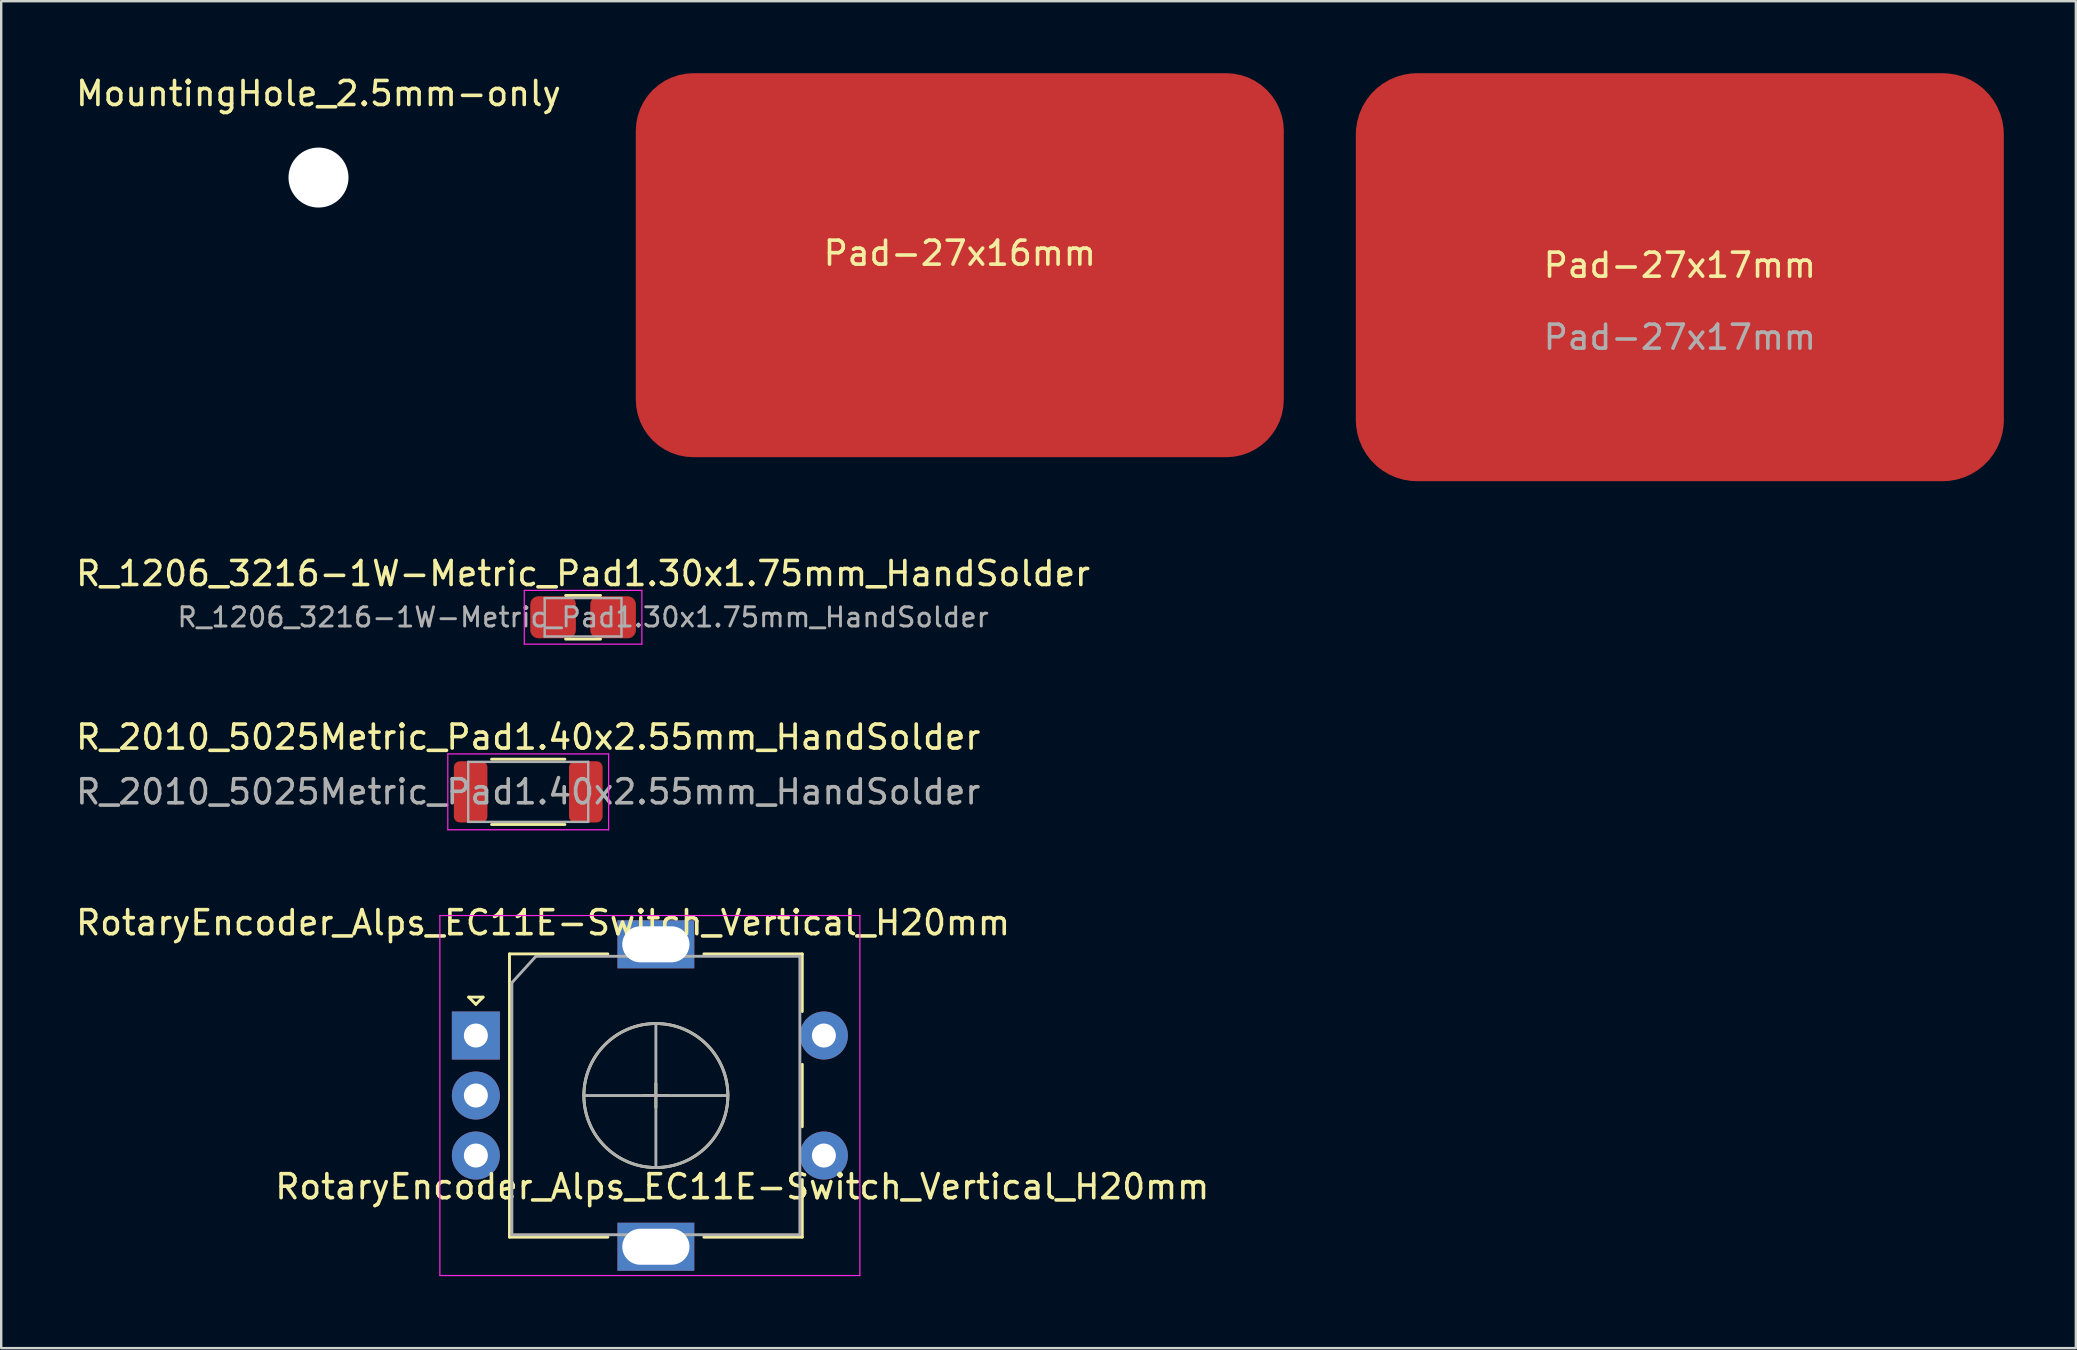
<source format=kicad_pcb>
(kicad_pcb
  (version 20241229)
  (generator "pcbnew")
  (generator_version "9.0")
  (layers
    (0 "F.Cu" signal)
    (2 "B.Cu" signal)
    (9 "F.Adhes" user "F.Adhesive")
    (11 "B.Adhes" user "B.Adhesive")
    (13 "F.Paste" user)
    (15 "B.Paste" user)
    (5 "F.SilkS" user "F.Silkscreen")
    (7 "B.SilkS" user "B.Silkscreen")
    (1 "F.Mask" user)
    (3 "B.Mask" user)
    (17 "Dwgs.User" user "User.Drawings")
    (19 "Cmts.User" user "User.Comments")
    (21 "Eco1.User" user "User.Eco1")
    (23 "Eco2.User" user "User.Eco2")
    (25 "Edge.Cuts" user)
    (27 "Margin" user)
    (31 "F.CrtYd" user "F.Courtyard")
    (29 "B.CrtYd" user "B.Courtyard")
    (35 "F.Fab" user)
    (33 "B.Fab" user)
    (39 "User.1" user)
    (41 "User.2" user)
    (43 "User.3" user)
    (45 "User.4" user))
  (footprint "R_1206_3216-1W-Metric_Pad1.30x1.75mm_HandSolder"
    (layer "F.Cu")
    (at 21.244 22.668)
    (property "Reference" "R_1206_3216-1W-Metric_Pad1.30x1.75mm_HandSolder" (at 0 -1.82 0) (layer "F.SilkS") (effects (font (size 1 1) (thickness 0.15))))
    (attr smd)
    (fp_line (start -0.727 -0.91) (end 0.727 -0.91) (stroke (width 0.12) (type solid)) (layer "F.SilkS"))
    (fp_line (start -0.727 0.91) (end 0.727 0.91) (stroke (width 0.12) (type solid)) (layer "F.SilkS"))
    (fp_line (start -2.45 -1.12) (end 2.45 -1.12) (stroke (width 0.05) (type solid)) (layer "F.CrtYd"))
    (fp_line (start -2.45 1.12) (end -2.45 -1.12) (stroke (width 0.05) (type solid)) (layer "F.CrtYd"))
    (fp_line (start 2.45 -1.12) (end 2.45 1.12) (stroke (width 0.05) (type solid)) (layer "F.CrtYd"))
    (fp_line (start 2.45 1.12) (end -2.45 1.12) (stroke (width 0.05) (type solid)) (layer "F.CrtYd"))
    (fp_line (start -1.6 -0.8) (end 1.6 -0.8) (stroke (width 0.1) (type solid)) (layer "F.Fab"))
    (fp_line (start -1.6 0.8) (end -1.6 -0.8) (stroke (width 0.1) (type solid)) (layer "F.Fab"))
    (fp_line (start 1.6 -0.8) (end 1.6 0.8) (stroke (width 0.1) (type solid)) (layer "F.Fab"))
    (fp_line (start 1.6 0.8) (end -1.6 0.8) (stroke (width 0.1) (type solid)) (layer "F.Fab"))
    (fp_text user "${REFERENCE}" (at 0 0 0) (layer "F.Fab") (effects (font (size 0.8 0.8) (thickness 0.12))))
    (pad "1" smd roundrect (at -1.25 0) (size 1.9 1.75) (layers "F.Cu" "F.Mask" "F.Paste") (roundrect_rratio 0.192))
    (pad "2" smd roundrect (at 1.25 0) (size 1.9 1.75) (layers "F.Cu" "F.Mask" "F.Paste") (roundrect_rratio 0.192)))
  (footprint "RotaryEncoder_Alps_EC11E-Switch_Vertical_H20mm"
    (layer "F.Cu")
    (at 16.777 40.095)
    (property "Reference" "RotaryEncoder_Alps_EC11E-Switch_Vertical_H20mm" (at 2.8 -4.7 0) (layer "F.SilkS") (effects (font (size 1 1) (thickness 0.15))))
    (attr through_hole)
    (fp_line (start -0.3 -1.6) (end 0.3 -1.6) (stroke (width 0.12) (type solid)) (layer "F.SilkS"))
    (fp_line (start 0 -1.3) (end -0.3 -1.6) (stroke (width 0.12) (type solid)) (layer "F.SilkS"))
    (fp_line (start 0.3 -1.6) (end 0 -1.3) (stroke (width 0.12) (type solid)) (layer "F.SilkS"))
    (fp_line (start 1.4 -3.4) (end 1.4 8.4) (stroke (width 0.12) (type solid)) (layer "F.SilkS"))
    (fp_line (start 5.5 -3.4) (end 1.4 -3.4) (stroke (width 0.12) (type solid)) (layer "F.SilkS"))
    (fp_line (start 5.5 8.4) (end 1.4 8.4) (stroke (width 0.12) (type solid)) (layer "F.SilkS"))
    (fp_line (start 7 2.5) (end 8 2.5) (stroke (width 0.12) (type solid)) (layer "F.SilkS"))
    (fp_line (start 7.5 2) (end 7.5 3) (stroke (width 0.12) (type solid)) (layer "F.SilkS"))
    (fp_line (start 9.5 -3.4) (end 13.6 -3.4) (stroke (width 0.12) (type solid)) (layer "F.SilkS"))
    (fp_line (start 13.6 -3.4) (end 13.6 -1) (stroke (width 0.12) (type solid)) (layer "F.SilkS"))
    (fp_line (start 13.6 1.2) (end 13.6 3.8) (stroke (width 0.12) (type solid)) (layer "F.SilkS"))
    (fp_line (start 13.6 6) (end 13.6 8.4) (stroke (width 0.12) (type solid)) (layer "F.SilkS"))
    (fp_line (start 13.6 8.4) (end 9.5 8.4) (stroke (width 0.12) (type solid)) (layer "F.SilkS"))
    (fp_circle (center 7.5 2.5) (end 10.5 2.5) (stroke (width 0.12) (type solid)) (fill no) (layer "F.SilkS"))
    (fp_line (start -1.5 -5) (end -1.5 10) (stroke (width 0.05) (type solid)) (layer "F.CrtYd"))
    (fp_line (start -1.5 -5) (end 16 -5) (stroke (width 0.05) (type solid)) (layer "F.CrtYd"))
    (fp_line (start 16 10) (end -1.5 10) (stroke (width 0.05) (type solid)) (layer "F.CrtYd"))
    (fp_line (start 16 10) (end 16 -5) (stroke (width 0.05) (type solid)) (layer "F.CrtYd"))
    (fp_line (start 1.5 -2.2) (end 2.5 -3.3) (stroke (width 0.12) (type solid)) (layer "F.Fab"))
    (fp_line (start 1.5 8.3) (end 1.5 -2.2) (stroke (width 0.12) (type solid)) (layer "F.Fab"))
    (fp_line (start 2.5 -3.3) (end 13.5 -3.3) (stroke (width 0.12) (type solid)) (layer "F.Fab"))
    (fp_line (start 4.5 2.5) (end 10.5 2.5) (stroke (width 0.12) (type solid)) (layer "F.Fab"))
    (fp_line (start 7.5 -0.5) (end 7.5 5.5) (stroke (width 0.12) (type solid)) (layer "F.Fab"))
    (fp_line (start 13.5 -3.3) (end 13.5 8.3) (stroke (width 0.12) (type solid)) (layer "F.Fab"))
    (fp_line (start 13.5 8.3) (end 1.5 8.3) (stroke (width 0.12) (type solid)) (layer "F.Fab"))
    (fp_circle (center 7.5 2.5) (end 10.5 2.5) (stroke (width 0.12) (type solid)) (fill no) (layer "F.Fab"))
    (fp_text user "${REFERENCE}" (at 11.1 6.3 0) (layer "F.SilkS") (effects (font (size 1 1) (thickness 0.15))))
    (pad "A" thru_hole rect (at 0 0) (size 2 2) (drill 1) (layers "*.Cu" "*.Mask"))
    (pad "B" thru_hole circle (at 0 5) (size 2 2) (drill 1) (layers "*.Cu" "*.Mask"))
    (pad "C" thru_hole circle (at 0 2.5) (size 2 2) (drill 1) (layers "*.Cu" "*.Mask"))
    (pad "MP" thru_hole rect (at 7.5 -3.8) (size 3.2 2) (drill oval 2.8 1.5) (layers "*.Cu" "*.Mask"))
    (pad "MP" thru_hole rect (at 7.5 8.8) (size 3.2 2) (drill oval 2.8 1.5) (layers "*.Cu" "*.Mask"))
    (pad "S1" thru_hole circle (at 14.5 5) (size 2 2) (drill 1) (layers "*.Cu" "*.Mask"))
    (pad "S2" thru_hole circle (at 14.5 0) (size 2 2) (drill 1) (layers "*.Cu" "*.Mask")))
  (footprint "MountingHole_2.5mm-only"
    (layer "F.Cu")
    (at 10.22 4.348)
    (property "Reference" "MountingHole_2.5mm-only" (at 0 -3.5 0) (layer "F.SilkS") (effects (font (size 1 1) (thickness 0.15))))
    (attr exclude_from_pos_files exclude_from_bom)
    (pad "" np_thru_hole circle (at 0 0) (size 2.5 2.5) (drill 2.5) (layers "*.Cu" "*.Mask")))
  (footprint "Pad-27x16mm"
    (layer "F.Cu")
    (at 36.94 8)
    (property "Reference" "Pad-27x16mm" (at 0 -0.5 0) (unlocked yes) (layer "F.SilkS") (effects (font (size 1 1) (thickness 0.15))))
    (attr through_hole)
    (pad "1" smd roundrect (at 0 0) (size 27 16) (layers "F.Cu" "F.Mask" "F.Paste") (roundrect_rratio 0.15)))
  (footprint "R_2010_5025Metric_Pad1.40x2.55mm_HandSolder"
    (layer "F.Cu")
    (at 18.958 29.942)
    (property "Reference" "R_2010_5025Metric_Pad1.40x2.55mm_HandSolder" (at 0 -2.28 0) (layer "F.SilkS") (effects (font (size 1 1) (thickness 0.15))))
    (attr smd)
    (fp_line (start -1.527 -1.36) (end 1.527 -1.36) (stroke (width 0.12) (type solid)) (layer "F.SilkS"))
    (fp_line (start -1.527 1.36) (end 1.527 1.36) (stroke (width 0.12) (type solid)) (layer "F.SilkS"))
    (fp_line (start -3.35 -1.58) (end 3.35 -1.58) (stroke (width 0.05) (type solid)) (layer "F.CrtYd"))
    (fp_line (start -3.35 1.58) (end -3.35 -1.58) (stroke (width 0.05) (type solid)) (layer "F.CrtYd"))
    (fp_line (start 3.35 -1.58) (end 3.35 1.58) (stroke (width 0.05) (type solid)) (layer "F.CrtYd"))
    (fp_line (start 3.35 1.58) (end -3.35 1.58) (stroke (width 0.05) (type solid)) (layer "F.CrtYd"))
    (fp_line (start -2.5 -1.25) (end 2.5 -1.25) (stroke (width 0.1) (type solid)) (layer "F.Fab"))
    (fp_line (start -2.5 1.25) (end -2.5 -1.25) (stroke (width 0.1) (type solid)) (layer "F.Fab"))
    (fp_line (start 2.5 -1.25) (end 2.5 1.25) (stroke (width 0.1) (type solid)) (layer "F.Fab"))
    (fp_line (start 2.5 1.25) (end -2.5 1.25) (stroke (width 0.1) (type solid)) (layer "F.Fab"))
    (fp_text user "${REFERENCE}" (at 0 0 0) (layer "F.Fab") (effects (font (size 1 1) (thickness 0.15))))
    (pad "1" smd roundrect (at -2.4 0) (size 1.4 2.55) (layers "F.Cu" "F.Mask" "F.Paste") (roundrect_rratio 0.179))
    (pad "2" smd roundrect (at 2.4 0) (size 1.4 2.55) (layers "F.Cu" "F.Mask" "F.Paste") (roundrect_rratio 0.179)))
  (footprint "Pad-27x17mm"
    (layer "F.Cu")
    (at 66.94 8.5)
    (property "Reference" "Pad-27x17mm" (at 0 -0.5 0) (unlocked yes) (layer "F.SilkS") (effects (font (size 1 1) (thickness 0.15))))
    (attr through_hole)
    (fp_text user "${REFERENCE}" (at 0 2.5 0) (unlocked yes) (layer "F.Fab") (effects (font (size 1 1) (thickness 0.15))))
    (pad "1" smd roundrect (at 0 0) (size 27 17) (layers "F.Cu" "F.Mask" "F.Paste") (roundrect_rratio 0.15)))
  (gr_rect
    (start -3 -3)
    (end 83.44 53.12)
    (stroke (width 0.1) (type default))
    (fill no)
    (layer "Edge.Cuts")))
</source>
